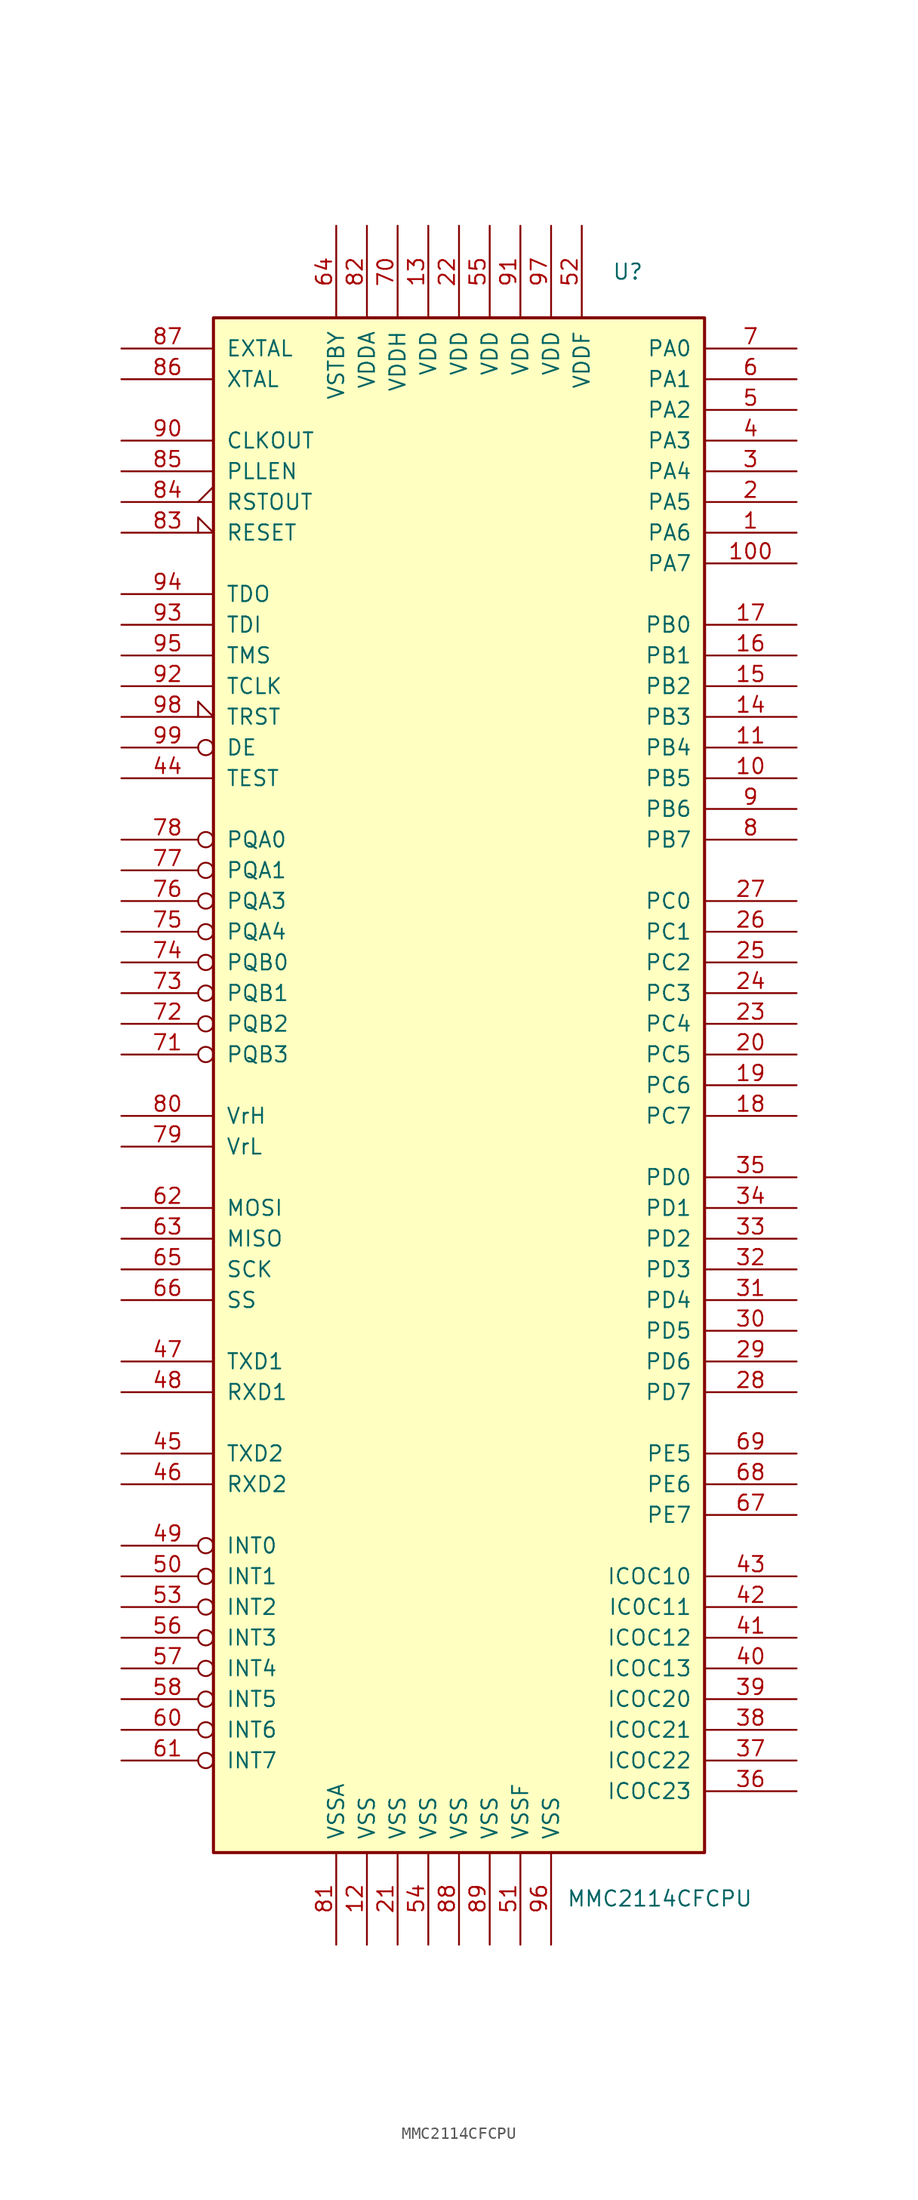
<source format=kicad_sym>
(kicad_symbol_lib
  (version 20220914)
  (generator kicad_symbol_editor)
  (symbol "MMC2114CFCPU"
    (pin_names
      (offset 1.016))
    (property "Reference" "U"
      (at 13.97 67.31 0)
      (effects (font (size 1.27 1.27))))
    (property "Value" "MMC2114CFCPU"
      (at 8.89 -67.31 0)
      (effects (font (size 1.27 1.27)) (justify left)))
    (symbol "MMC2114CFCPU_0_1"
      (rectangle (start -20.32 63.5) (end 20.32 -63.5) (stroke (width 0.254) (type default)) (fill (type background))))
    (symbol "MMC2114CFCPU_1_1"
      (pin bidirectional line (at 27.94 45.72 180) (length 7.62) (name "PA6" (effects (font (size 1.27 1.27)))) (number "1" (effects (font (size 1.27 1.27)))))
      (pin bidirectional line (at 27.94 25.4 180) (length 7.62) (name "PB5" (effects (font (size 1.27 1.27)))) (number "10" (effects (font (size 1.27 1.27)))))
      (pin bidirectional line (at 27.94 43.18 180) (length 7.62) (name "PA7" (effects (font (size 1.27 1.27)))) (number "100" (effects (font (size 1.27 1.27)))))
      (pin bidirectional line (at 27.94 27.94 180) (length 7.62) (name "PB4" (effects (font (size 1.27 1.27)))) (number "11" (effects (font (size 1.27 1.27)))))
      (pin power_in line (at -7.62 -71.12 90) (length 7.62) (name "VSS" (effects (font (size 1.27 1.27)))) (number "12" (effects (font (size 1.27 1.27)))))
      (pin power_in line (at -2.54 71.12 270) (length 7.62) (name "VDD" (effects (font (size 1.27 1.27)))) (number "13" (effects (font (size 1.27 1.27)))))
      (pin bidirectional line (at 27.94 30.48 180) (length 7.62) (name "PB3" (effects (font (size 1.27 1.27)))) (number "14" (effects (font (size 1.27 1.27)))))
      (pin bidirectional line (at 27.94 33.02 180) (length 7.62) (name "PB2" (effects (font (size 1.27 1.27)))) (number "15" (effects (font (size 1.27 1.27)))))
      (pin bidirectional line (at 27.94 35.56 180) (length 7.62) (name "PB1" (effects (font (size 1.27 1.27)))) (number "16" (effects (font (size 1.27 1.27)))))
      (pin bidirectional line (at 27.94 38.1 180) (length 7.62) (name "PB0" (effects (font (size 1.27 1.27)))) (number "17" (effects (font (size 1.27 1.27)))))
      (pin bidirectional line (at 27.94 -2.54 180) (length 7.62) (name "PC7" (effects (font (size 1.27 1.27)))) (number "18" (effects (font (size 1.27 1.27)))))
      (pin bidirectional line (at 27.94 0 180) (length 7.62) (name "PC6" (effects (font (size 1.27 1.27)))) (number "19" (effects (font (size 1.27 1.27)))))
      (pin bidirectional line (at 27.94 48.26 180) (length 7.62) (name "PA5" (effects (font (size 1.27 1.27)))) (number "2" (effects (font (size 1.27 1.27)))))
      (pin bidirectional line (at 27.94 2.54 180) (length 7.62) (name "PC5" (effects (font (size 1.27 1.27)))) (number "20" (effects (font (size 1.27 1.27)))))
      (pin power_in line (at -5.08 -71.12 90) (length 7.62) (name "VSS" (effects (font (size 1.27 1.27)))) (number "21" (effects (font (size 1.27 1.27)))))
      (pin power_in line (at 0 71.12 270) (length 7.62) (name "VDD" (effects (font (size 1.27 1.27)))) (number "22" (effects (font (size 1.27 1.27)))))
      (pin bidirectional line (at 27.94 5.08 180) (length 7.62) (name "PC4" (effects (font (size 1.27 1.27)))) (number "23" (effects (font (size 1.27 1.27)))))
      (pin bidirectional line (at 27.94 7.62 180) (length 7.62) (name "PC3" (effects (font (size 1.27 1.27)))) (number "24" (effects (font (size 1.27 1.27)))))
      (pin bidirectional line (at 27.94 10.16 180) (length 7.62) (name "PC2" (effects (font (size 1.27 1.27)))) (number "25" (effects (font (size 1.27 1.27)))))
      (pin bidirectional line (at 27.94 12.7 180) (length 7.62) (name "PC1" (effects (font (size 1.27 1.27)))) (number "26" (effects (font (size 1.27 1.27)))))
      (pin bidirectional line (at 27.94 15.24 180) (length 7.62) (name "PC0" (effects (font (size 1.27 1.27)))) (number "27" (effects (font (size 1.27 1.27)))))
      (pin bidirectional line (at 27.94 -25.4 180) (length 7.62) (name "PD7" (effects (font (size 1.27 1.27)))) (number "28" (effects (font (size 1.27 1.27)))))
      (pin bidirectional line (at 27.94 -22.86 180) (length 7.62) (name "PD6" (effects (font (size 1.27 1.27)))) (number "29" (effects (font (size 1.27 1.27)))))
      (pin bidirectional line (at 27.94 50.8 180) (length 7.62) (name "PA4" (effects (font (size 1.27 1.27)))) (number "3" (effects (font (size 1.27 1.27)))))
      (pin bidirectional line (at 27.94 -20.32 180) (length 7.62) (name "PD5" (effects (font (size 1.27 1.27)))) (number "30" (effects (font (size 1.27 1.27)))))
      (pin bidirectional line (at 27.94 -17.78 180) (length 7.62) (name "PD4" (effects (font (size 1.27 1.27)))) (number "31" (effects (font (size 1.27 1.27)))))
      (pin bidirectional line (at 27.94 -15.24 180) (length 7.62) (name "PD3" (effects (font (size 1.27 1.27)))) (number "32" (effects (font (size 1.27 1.27)))))
      (pin bidirectional line (at 27.94 -12.7 180) (length 7.62) (name "PD2" (effects (font (size 1.27 1.27)))) (number "33" (effects (font (size 1.27 1.27)))))
      (pin bidirectional line (at 27.94 -10.16 180) (length 7.62) (name "PD1" (effects (font (size 1.27 1.27)))) (number "34" (effects (font (size 1.27 1.27)))))
      (pin bidirectional line (at 27.94 -7.62 180) (length 7.62) (name "PD0" (effects (font (size 1.27 1.27)))) (number "35" (effects (font (size 1.27 1.27)))))
      (pin bidirectional line (at 27.94 -58.42 180) (length 7.62) (name "ICOC23" (effects (font (size 1.27 1.27)))) (number "36" (effects (font (size 1.27 1.27)))))
      (pin bidirectional line (at 27.94 -55.88 180) (length 7.62) (name "ICOC22" (effects (font (size 1.27 1.27)))) (number "37" (effects (font (size 1.27 1.27)))))
      (pin bidirectional line (at 27.94 -53.34 180) (length 7.62) (name "ICOC21" (effects (font (size 1.27 1.27)))) (number "38" (effects (font (size 1.27 1.27)))))
      (pin bidirectional line (at 27.94 -50.8 180) (length 7.62) (name "ICOC20" (effects (font (size 1.27 1.27)))) (number "39" (effects (font (size 1.27 1.27)))))
      (pin bidirectional line (at 27.94 53.34 180) (length 7.62) (name "PA3" (effects (font (size 1.27 1.27)))) (number "4" (effects (font (size 1.27 1.27)))))
      (pin bidirectional line (at 27.94 -48.26 180) (length 7.62) (name "ICOC13" (effects (font (size 1.27 1.27)))) (number "40" (effects (font (size 1.27 1.27)))))
      (pin bidirectional line (at 27.94 -45.72 180) (length 7.62) (name "ICOC12" (effects (font (size 1.27 1.27)))) (number "41" (effects (font (size 1.27 1.27)))))
      (pin bidirectional line (at 27.94 -43.18 180) (length 7.62) (name "IC0C11" (effects (font (size 1.27 1.27)))) (number "42" (effects (font (size 1.27 1.27)))))
      (pin bidirectional line (at 27.94 -40.64 180) (length 7.62) (name "ICOC10" (effects (font (size 1.27 1.27)))) (number "43" (effects (font (size 1.27 1.27)))))
      (pin bidirectional line (at -27.94 25.4 0) (length 7.62) (name "TEST" (effects (font (size 1.27 1.27)))) (number "44" (effects (font (size 1.27 1.27)))))
      (pin bidirectional line (at -27.94 -30.48 0) (length 7.62) (name "TXD2" (effects (font (size 1.27 1.27)))) (number "45" (effects (font (size 1.27 1.27)))))
      (pin bidirectional line (at -27.94 -33.02 0) (length 7.62) (name "RXD2" (effects (font (size 1.27 1.27)))) (number "46" (effects (font (size 1.27 1.27)))))
      (pin bidirectional line (at -27.94 -22.86 0) (length 7.62) (name "TXD1" (effects (font (size 1.27 1.27)))) (number "47" (effects (font (size 1.27 1.27)))))
      (pin bidirectional line (at -27.94 -25.4 0) (length 7.62) (name "RXD1" (effects (font (size 1.27 1.27)))) (number "48" (effects (font (size 1.27 1.27)))))
      (pin bidirectional inverted (at -27.94 -38.1 0) (length 7.62) (name "INT0" (effects (font (size 1.27 1.27)))) (number "49" (effects (font (size 1.27 1.27)))))
      (pin bidirectional line (at 27.94 55.88 180) (length 7.62) (name "PA2" (effects (font (size 1.27 1.27)))) (number "5" (effects (font (size 1.27 1.27)))))
      (pin bidirectional inverted (at -27.94 -40.64 0) (length 7.62) (name "INT1" (effects (font (size 1.27 1.27)))) (number "50" (effects (font (size 1.27 1.27)))))
      (pin power_in line (at 5.08 -71.12 90) (length 7.62) (name "VSSF" (effects (font (size 1.27 1.27)))) (number "51" (effects (font (size 1.27 1.27)))))
      (pin power_in line (at 10.16 71.12 270) (length 7.62) (name "VDDF" (effects (font (size 1.27 1.27)))) (number "52" (effects (font (size 1.27 1.27)))))
      (pin bidirectional inverted (at -27.94 -43.18 0) (length 7.62) (name "INT2" (effects (font (size 1.27 1.27)))) (number "53" (effects (font (size 1.27 1.27)))))
      (pin power_in line (at -2.54 -71.12 90) (length 7.62) (name "VSS" (effects (font (size 1.27 1.27)))) (number "54" (effects (font (size 1.27 1.27)))))
      (pin power_in line (at 2.54 71.12 270) (length 7.62) (name "VDD" (effects (font (size 1.27 1.27)))) (number "55" (effects (font (size 1.27 1.27)))))
      (pin bidirectional inverted (at -27.94 -45.72 0) (length 7.62) (name "INT3" (effects (font (size 1.27 1.27)))) (number "56" (effects (font (size 1.27 1.27)))))
      (pin bidirectional inverted (at -27.94 -48.26 0) (length 7.62) (name "INT4" (effects (font (size 1.27 1.27)))) (number "57" (effects (font (size 1.27 1.27)))))
      (pin bidirectional inverted (at -27.94 -50.8 0) (length 7.62) (name "INT5" (effects (font (size 1.27 1.27)))) (number "58" (effects (font (size 1.27 1.27)))))
      (pin bidirectional line (at 27.94 58.42 180) (length 7.62) (name "PA1" (effects (font (size 1.27 1.27)))) (number "6" (effects (font (size 1.27 1.27)))))
      (pin bidirectional inverted (at -27.94 -53.34 0) (length 7.62) (name "INT6" (effects (font (size 1.27 1.27)))) (number "60" (effects (font (size 1.27 1.27)))))
      (pin bidirectional inverted (at -27.94 -55.88 0) (length 7.62) (name "INT7" (effects (font (size 1.27 1.27)))) (number "61" (effects (font (size 1.27 1.27)))))
      (pin bidirectional line (at -27.94 -10.16 0) (length 7.62) (name "MOSI" (effects (font (size 1.27 1.27)))) (number "62" (effects (font (size 1.27 1.27)))))
      (pin bidirectional line (at -27.94 -12.7 0) (length 7.62) (name "MISO" (effects (font (size 1.27 1.27)))) (number "63" (effects (font (size 1.27 1.27)))))
      (pin power_in line (at -10.16 71.12 270) (length 7.62) (name "VSTBY" (effects (font (size 1.27 1.27)))) (number "64" (effects (font (size 1.27 1.27)))))
      (pin bidirectional line (at -27.94 -15.24 0) (length 7.62) (name "SCK" (effects (font (size 1.27 1.27)))) (number "65" (effects (font (size 1.27 1.27)))))
      (pin bidirectional line (at -27.94 -17.78 0) (length 7.62) (name "SS" (effects (font (size 1.27 1.27)))) (number "66" (effects (font (size 1.27 1.27)))))
      (pin bidirectional line (at 27.94 -35.56 180) (length 7.62) (name "PE7" (effects (font (size 1.27 1.27)))) (number "67" (effects (font (size 1.27 1.27)))))
      (pin bidirectional line (at 27.94 -33.02 180) (length 7.62) (name "PE6" (effects (font (size 1.27 1.27)))) (number "68" (effects (font (size 1.27 1.27)))))
      (pin bidirectional line (at 27.94 -30.48 180) (length 7.62) (name "PE5" (effects (font (size 1.27 1.27)))) (number "69" (effects (font (size 1.27 1.27)))))
      (pin bidirectional line (at 27.94 60.96 180) (length 7.62) (name "PA0" (effects (font (size 1.27 1.27)))) (number "7" (effects (font (size 1.27 1.27)))))
      (pin power_in line (at -5.08 71.12 270) (length 7.62) (name "VDDH" (effects (font (size 1.27 1.27)))) (number "70" (effects (font (size 1.27 1.27)))))
      (pin bidirectional inverted (at -27.94 2.54 0) (length 7.62) (name "PQB3" (effects (font (size 1.27 1.27)))) (number "71" (effects (font (size 1.27 1.27)))))
      (pin bidirectional inverted (at -27.94 5.08 0) (length 7.62) (name "PQB2" (effects (font (size 1.27 1.27)))) (number "72" (effects (font (size 1.27 1.27)))))
      (pin bidirectional inverted (at -27.94 7.62 0) (length 7.62) (name "PQB1" (effects (font (size 1.27 1.27)))) (number "73" (effects (font (size 1.27 1.27)))))
      (pin bidirectional inverted (at -27.94 10.16 0) (length 7.62) (name "PQB0" (effects (font (size 1.27 1.27)))) (number "74" (effects (font (size 1.27 1.27)))))
      (pin bidirectional inverted (at -27.94 12.7 0) (length 7.62) (name "PQA4" (effects (font (size 1.27 1.27)))) (number "75" (effects (font (size 1.27 1.27)))))
      (pin bidirectional inverted (at -27.94 15.24 0) (length 7.62) (name "PQA3" (effects (font (size 1.27 1.27)))) (number "76" (effects (font (size 1.27 1.27)))))
      (pin bidirectional inverted (at -27.94 17.78 0) (length 7.62) (name "PQA1" (effects (font (size 1.27 1.27)))) (number "77" (effects (font (size 1.27 1.27)))))
      (pin bidirectional inverted (at -27.94 20.32 0) (length 7.62) (name "PQA0" (effects (font (size 1.27 1.27)))) (number "78" (effects (font (size 1.27 1.27)))))
      (pin input line (at -27.94 -5.08 0) (length 7.62) (name "VrL" (effects (font (size 1.27 1.27)))) (number "79" (effects (font (size 1.27 1.27)))))
      (pin bidirectional line (at 27.94 20.32 180) (length 7.62) (name "PB7" (effects (font (size 1.27 1.27)))) (number "8" (effects (font (size 1.27 1.27)))))
      (pin input line (at -27.94 -2.54 0) (length 7.62) (name "VrH" (effects (font (size 1.27 1.27)))) (number "80" (effects (font (size 1.27 1.27)))))
      (pin power_in line (at -10.16 -71.12 90) (length 7.62) (name "VSSA" (effects (font (size 1.27 1.27)))) (number "81" (effects (font (size 1.27 1.27)))))
      (pin power_in line (at -7.62 71.12 270) (length 7.62) (name "VDDA" (effects (font (size 1.27 1.27)))) (number "82" (effects (font (size 1.27 1.27)))))
      (pin input input_low (at -27.94 45.72 0) (length 7.62) (name "RESET" (effects (font (size 1.27 1.27)))) (number "83" (effects (font (size 1.27 1.27)))))
      (pin output output_low (at -27.94 48.26 0) (length 7.62) (name "RSTOUT" (effects (font (size 1.27 1.27)))) (number "84" (effects (font (size 1.27 1.27)))))
      (pin input line (at -27.94 50.8 0) (length 7.62) (name "PLLEN" (effects (font (size 1.27 1.27)))) (number "85" (effects (font (size 1.27 1.27)))))
      (pin output line (at -27.94 58.42 0) (length 7.62) (name "XTAL" (effects (font (size 1.27 1.27)))) (number "86" (effects (font (size 1.27 1.27)))))
      (pin input line (at -27.94 60.96 0) (length 7.62) (name "EXTAL" (effects (font (size 1.27 1.27)))) (number "87" (effects (font (size 1.27 1.27)))))
      (pin power_in line (at 0 -71.12 90) (length 7.62) (name "VSS" (effects (font (size 1.27 1.27)))) (number "88" (effects (font (size 1.27 1.27)))))
      (pin power_in line (at 2.54 -71.12 90) (length 7.62) (name "VSS" (effects (font (size 1.27 1.27)))) (number "89" (effects (font (size 1.27 1.27)))))
      (pin bidirectional line (at 27.94 22.86 180) (length 7.62) (name "PB6" (effects (font (size 1.27 1.27)))) (number "9" (effects (font (size 1.27 1.27)))))
      (pin output line (at -27.94 53.34 0) (length 7.62) (name "CLKOUT" (effects (font (size 1.27 1.27)))) (number "90" (effects (font (size 1.27 1.27)))))
      (pin power_in line (at 5.08 71.12 270) (length 7.62) (name "VDD" (effects (font (size 1.27 1.27)))) (number "91" (effects (font (size 1.27 1.27)))))
      (pin input line (at -27.94 33.02 0) (length 7.62) (name "TCLK" (effects (font (size 1.27 1.27)))) (number "92" (effects (font (size 1.27 1.27)))))
      (pin input line (at -27.94 38.1 0) (length 7.62) (name "TDI" (effects (font (size 1.27 1.27)))) (number "93" (effects (font (size 1.27 1.27)))))
      (pin output line (at -27.94 40.64 0) (length 7.62) (name "TDO" (effects (font (size 1.27 1.27)))) (number "94" (effects (font (size 1.27 1.27)))))
      (pin input line (at -27.94 35.56 0) (length 7.62) (name "TMS" (effects (font (size 1.27 1.27)))) (number "95" (effects (font (size 1.27 1.27)))))
      (pin power_in line (at 7.62 -71.12 90) (length 7.62) (name "VSS" (effects (font (size 1.27 1.27)))) (number "96" (effects (font (size 1.27 1.27)))))
      (pin power_in line (at 7.62 71.12 270) (length 7.62) (name "VDD" (effects (font (size 1.27 1.27)))) (number "97" (effects (font (size 1.27 1.27)))))
      (pin input input_low (at -27.94 30.48 0) (length 7.62) (name "TRST" (effects (font (size 1.27 1.27)))) (number "98" (effects (font (size 1.27 1.27)))))
      (pin output inverted (at -27.94 27.94 0) (length 7.62) (name "DE" (effects (font (size 1.27 1.27)))) (number "99" (effects (font (size 1.27 1.27))))))))
</source>
